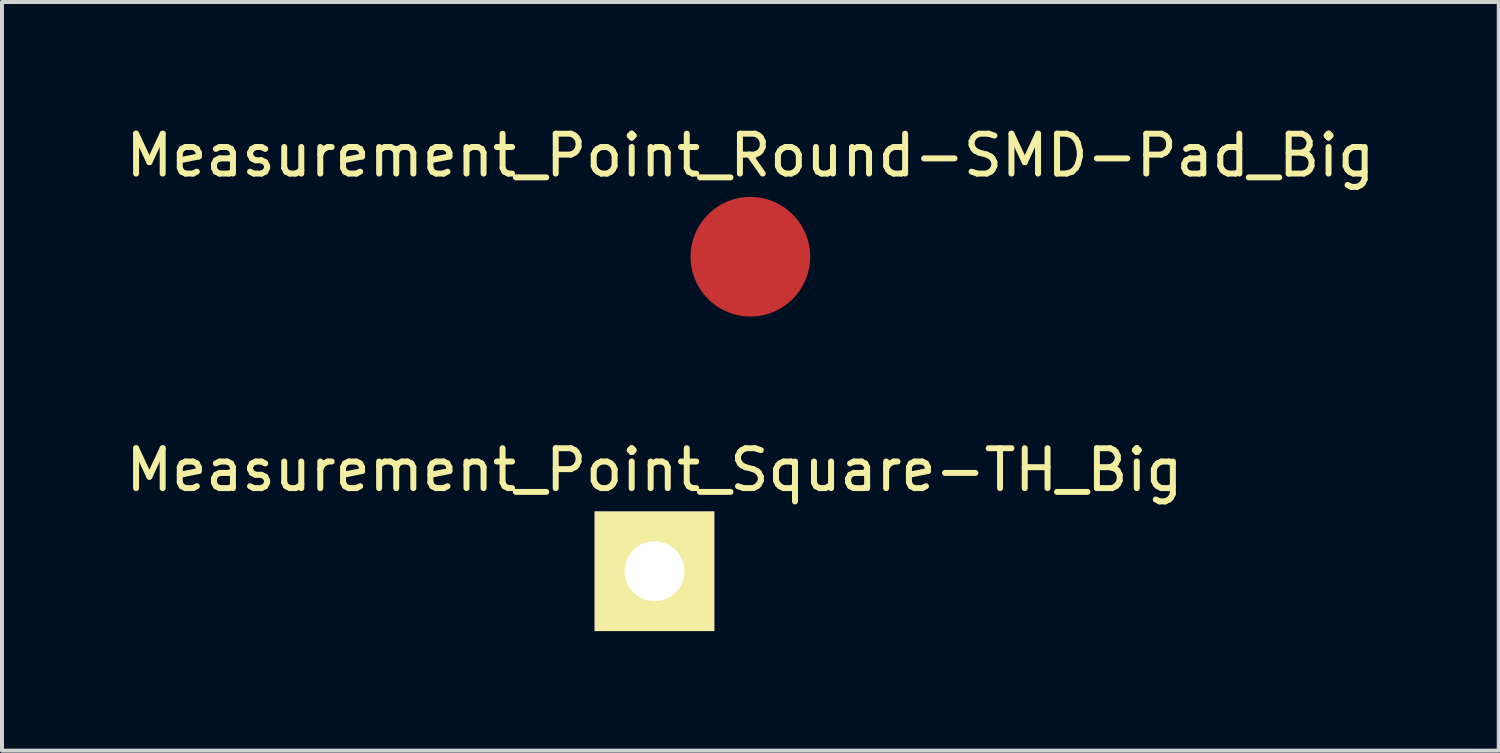
<source format=kicad_pcb>
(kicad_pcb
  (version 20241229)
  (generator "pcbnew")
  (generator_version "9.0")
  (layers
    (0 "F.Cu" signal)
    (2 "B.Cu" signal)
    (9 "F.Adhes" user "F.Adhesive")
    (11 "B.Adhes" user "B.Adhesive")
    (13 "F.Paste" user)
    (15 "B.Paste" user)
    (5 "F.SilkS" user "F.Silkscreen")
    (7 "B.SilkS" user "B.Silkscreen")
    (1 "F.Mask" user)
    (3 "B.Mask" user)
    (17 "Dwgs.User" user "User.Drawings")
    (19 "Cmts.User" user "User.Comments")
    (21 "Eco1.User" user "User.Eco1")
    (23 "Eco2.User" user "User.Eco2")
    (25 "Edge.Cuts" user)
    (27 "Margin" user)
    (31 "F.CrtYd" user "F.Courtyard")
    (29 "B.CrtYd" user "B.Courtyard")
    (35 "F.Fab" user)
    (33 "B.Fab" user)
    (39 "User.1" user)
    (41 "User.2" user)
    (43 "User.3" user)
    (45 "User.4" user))
  (footprint "Measurement_Point_Round-SMD-Pad_Big"
    (layer "F.Cu")
    (at 15.768 3.388)
    (property "Reference" "Measurement_Point_Round-SMD-Pad_Big" (at 0 -2.54 0) (layer "F.SilkS") (effects (font (size 1 1) (thickness 0.15))))
    (attr through_hole)
    (pad "1" smd circle (at 0 0) (size 3 3) (layers "F.Cu" "F.Mask" "F.Paste")))
  (footprint "Measurement_Point_Square-TH_Big"
    (layer "F.Cu")
    (at 13.363 11.276)
    (property "Reference" "Measurement_Point_Square-TH_Big" (at 0 -2.54 0) (layer "F.SilkS") (effects (font (size 1 1) (thickness 0.15))))
    (attr through_hole)
    (pad "1" thru_hole rect (at 0 0) (size 3 3) (drill 1.501) (layers "*.Cu" "*.Mask" "F.SilkS")))
  (gr_rect
    (start -3 -3)
    (end 34.536 15.776)
    (stroke (width 0.1) (type default))
    (fill no)
    (layer "Edge.Cuts")))
</source>
